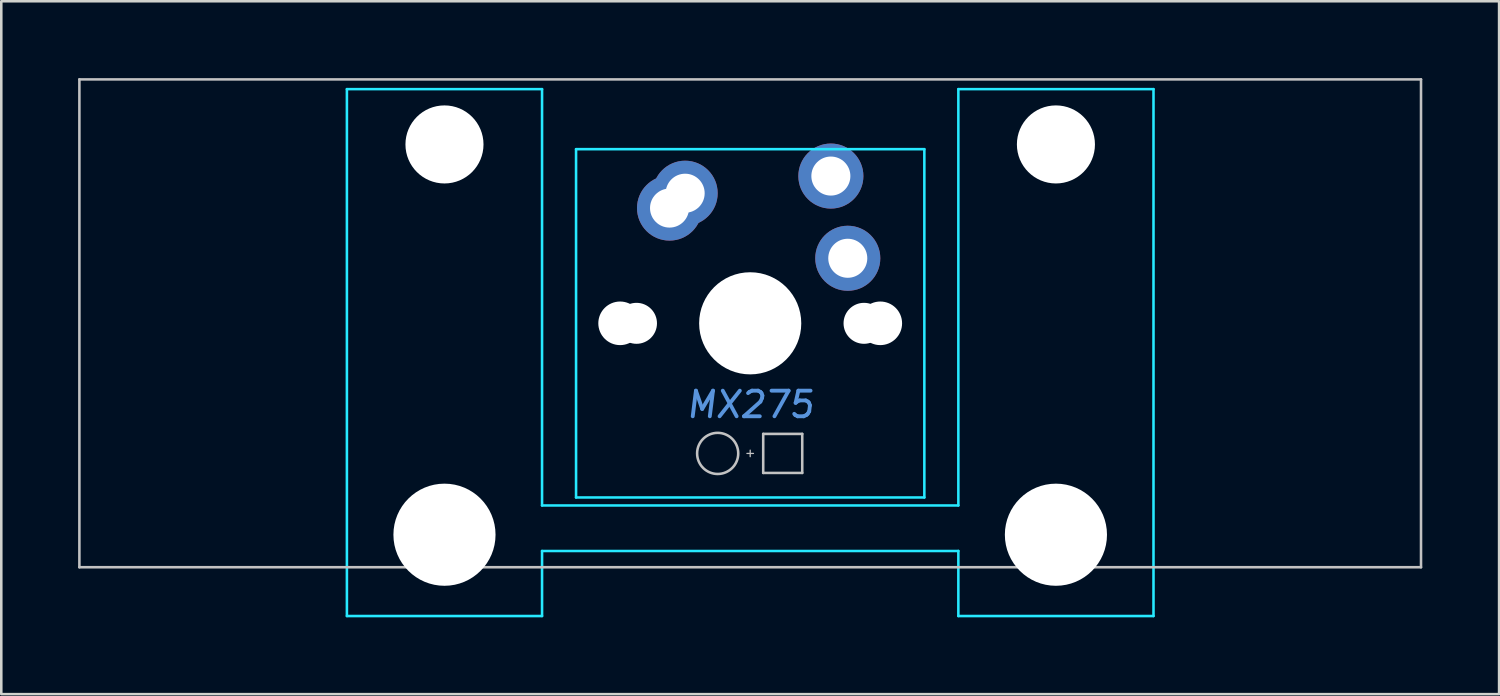
<source format=kicad_pcb>
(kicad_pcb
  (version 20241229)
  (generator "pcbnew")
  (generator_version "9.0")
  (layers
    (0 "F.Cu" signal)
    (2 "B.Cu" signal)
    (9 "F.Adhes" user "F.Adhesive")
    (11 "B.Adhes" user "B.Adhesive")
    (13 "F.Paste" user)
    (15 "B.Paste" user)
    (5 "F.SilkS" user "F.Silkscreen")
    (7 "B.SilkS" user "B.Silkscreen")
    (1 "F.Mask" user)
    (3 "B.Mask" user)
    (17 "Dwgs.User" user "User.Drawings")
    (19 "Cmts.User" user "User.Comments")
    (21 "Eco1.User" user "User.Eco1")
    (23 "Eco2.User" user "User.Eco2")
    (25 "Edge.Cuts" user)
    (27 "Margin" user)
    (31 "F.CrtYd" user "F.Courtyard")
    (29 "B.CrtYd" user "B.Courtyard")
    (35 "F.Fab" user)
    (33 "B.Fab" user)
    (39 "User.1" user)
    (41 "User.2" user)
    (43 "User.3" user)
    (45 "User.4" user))
  (footprint "MX275"
    (layer "F.Cu")
    (at 26.244 9.575)
    (property "Reference" "MX275" (at 0 3.175 0) (layer "Cmts.User") (effects (font (size 1 1) (thickness 0.15) (italic yes))))
    (attr through_hole)
    (fp_line (start -26.194 -9.525) (end -26.194 9.525) (stroke (width 0.1) (type solid)) (layer "Dwgs.User"))
    (fp_line (start -26.194 -9.525) (end 26.194 -9.525) (stroke (width 0.1) (type solid)) (layer "Dwgs.User"))
    (fp_line (start -26.194 9.525) (end 26.194 9.525) (stroke (width 0.1) (type solid)) (layer "Dwgs.User"))
    (fp_line (start -0.127 5.08) (end 0.127 5.08) (stroke (width 0.05) (type solid)) (layer "Dwgs.User"))
    (fp_line (start 0 5.207) (end 0 4.953) (stroke (width 0.05) (type solid)) (layer "Dwgs.User"))
    (fp_line (start 0.508 4.318) (end 0.508 5.842) (stroke (width 0.1) (type solid)) (layer "Dwgs.User"))
    (fp_line (start 0.508 4.318) (end 2.032 4.318) (stroke (width 0.1) (type solid)) (layer "Dwgs.User"))
    (fp_line (start 0.508 5.842) (end 2.032 5.842) (stroke (width 0.1) (type solid)) (layer "Dwgs.User"))
    (fp_line (start 2.032 5.842) (end 2.032 4.318) (stroke (width 0.1) (type solid)) (layer "Dwgs.User"))
    (fp_line (start 26.194 -9.525) (end 26.194 9.525) (stroke (width 0.1) (type solid)) (layer "Dwgs.User"))
    (fp_circle (center -1.27 5.08) (end -0.467 5.08) (stroke (width 0.1) (type solid)) (fill no) (layer "Dwgs.User"))
    (fp_line (start -17.17 -0.889) (end -17.17 -2.921) (stroke (width 0.1) (type solid)) (layer "Eco1.User"))
    (fp_line (start -16.789 -3.302) (end -16.535 -3.302) (stroke (width 0.1) (type solid)) (layer "Eco1.User"))
    (fp_line (start -16.535 -0.508) (end -16.789 -0.508) (stroke (width 0.1) (type solid)) (layer "Eco1.User"))
    (fp_line (start -16.154 -3.683) (end -16.154 -5.309) (stroke (width 0.1) (type solid)) (layer "Eco1.User"))
    (fp_line (start -16.154 6.223) (end -16.154 -0.127) (stroke (width 0.1) (type solid)) (layer "Eco1.User"))
    (fp_line (start -15.773 -5.69) (end -9.881 -5.69) (stroke (width 0.1) (type solid)) (layer "Eco1.User"))
    (fp_line (start -14.732 6.604) (end -15.773 6.604) (stroke (width 0.1) (type solid)) (layer "Eco1.User"))
    (fp_line (start -14.351 7.391) (end -14.351 6.985) (stroke (width 0.1) (type solid)) (layer "Eco1.User"))
    (fp_line (start -11.684 7.772) (end -13.97 7.772) (stroke (width 0.1) (type solid)) (layer "Eco1.User"))
    (fp_line (start -11.303 6.985) (end -11.303 7.391) (stroke (width 0.1) (type solid)) (layer "Eco1.User"))
    (fp_line (start -9.881 6.604) (end -10.922 6.604) (stroke (width 0.1) (type solid)) (layer "Eco1.User"))
    (fp_line (start -9.5 -5.309) (end -9.5 -5.258) (stroke (width 0.1) (type solid)) (layer "Eco1.User"))
    (fp_line (start -9.5 6.198) (end -9.5 6.223) (stroke (width 0.1) (type solid)) (layer "Eco1.User"))
    (fp_line (start -9.119 -4.877) (end -7.366 -4.877) (stroke (width 0.1) (type solid)) (layer "Eco1.User"))
    (fp_line (start -7.366 5.817) (end -9.119 5.817) (stroke (width 0.1) (type solid)) (layer "Eco1.User"))
    (fp_line (start -6.985 -5.258) (end -6.985 -6.604) (stroke (width 0.1) (type solid)) (layer "Eco1.User"))
    (fp_line (start -6.985 6.604) (end -6.985 6.197) (stroke (width 0.1) (type solid)) (layer "Eco1.User"))
    (fp_line (start -6.604 -6.985) (end 6.604 -6.985) (stroke (width 0.1) (type solid)) (layer "Eco1.User"))
    (fp_line (start 0 -2.159) (end 0 2.159) (stroke (width 0.1) (type solid)) (layer "Eco1.User"))
    (fp_line (start 2.159 0) (end -2.159 0) (stroke (width 0.1) (type solid)) (layer "Eco1.User"))
    (fp_line (start 6.604 6.985) (end -6.604 6.985) (stroke (width 0.1) (type solid)) (layer "Eco1.User"))
    (fp_line (start 6.985 -5.258) (end 6.985 -6.604) (stroke (width 0.1) (type solid)) (layer "Eco1.User"))
    (fp_line (start 6.985 6.604) (end 6.985 6.197) (stroke (width 0.1) (type solid)) (layer "Eco1.User"))
    (fp_line (start 7.366 5.817) (end 9.119 5.817) (stroke (width 0.1) (type solid)) (layer "Eco1.User"))
    (fp_line (start 9.119 -4.877) (end 7.366 -4.877) (stroke (width 0.1) (type solid)) (layer "Eco1.User"))
    (fp_line (start 9.5 -5.309) (end 9.5 -5.258) (stroke (width 0.1) (type solid)) (layer "Eco1.User"))
    (fp_line (start 9.5 6.198) (end 9.5 6.223) (stroke (width 0.1) (type solid)) (layer "Eco1.User"))
    (fp_line (start 9.881 6.604) (end 10.922 6.604) (stroke (width 0.1) (type solid)) (layer "Eco1.User"))
    (fp_line (start 11.303 6.985) (end 11.303 7.391) (stroke (width 0.1) (type solid)) (layer "Eco1.User"))
    (fp_line (start 11.684 7.772) (end 13.97 7.772) (stroke (width 0.1) (type solid)) (layer "Eco1.User"))
    (fp_line (start 14.351 7.391) (end 14.351 6.985) (stroke (width 0.1) (type solid)) (layer "Eco1.User"))
    (fp_line (start 14.732 6.604) (end 15.773 6.604) (stroke (width 0.1) (type solid)) (layer "Eco1.User"))
    (fp_line (start 15.773 -5.69) (end 9.881 -5.69) (stroke (width 0.1) (type solid)) (layer "Eco1.User"))
    (fp_line (start 16.154 -3.683) (end 16.154 -5.309) (stroke (width 0.1) (type solid)) (layer "Eco1.User"))
    (fp_line (start 16.154 6.223) (end 16.154 -0.127) (stroke (width 0.1) (type solid)) (layer "Eco1.User"))
    (fp_line (start 16.535 -0.508) (end 16.789 -0.508) (stroke (width 0.1) (type solid)) (layer "Eco1.User"))
    (fp_line (start 16.789 -3.302) (end 16.535 -3.302) (stroke (width 0.1) (type solid)) (layer "Eco1.User"))
    (fp_line (start 17.17 -0.889) (end 17.17 -2.921) (stroke (width 0.1) (type solid)) (layer "Eco1.User"))
    (fp_arc (start -17.1704 -2.921) (mid -17.058808 -3.190408) (end -16.7894 -3.302) (stroke (width 0.1) (type solid)) (layer "Eco1.User"))
    (fp_arc (start -16.7894 -0.508) (mid -17.058808 -0.619592) (end -17.1704 -0.889) (stroke (width 0.1) (type solid)) (layer "Eco1.User"))
    (fp_arc (start -16.5354 -0.508) (mid -16.265992 -0.396408) (end -16.1544 -0.127) (stroke (width 0.1) (type solid)) (layer "Eco1.User"))
    (fp_arc (start -16.1544 -5.3086) (mid -16.042808 -5.578008) (end -15.7734 -5.6896) (stroke (width 0.1) (type solid)) (layer "Eco1.User"))
    (fp_arc (start -16.1544 -3.683) (mid -16.265992 -3.413592) (end -16.5354 -3.302) (stroke (width 0.1) (type solid)) (layer "Eco1.User"))
    (fp_arc (start -15.7734 6.604) (mid -16.042808 6.492408) (end -16.1544 6.223) (stroke (width 0.1) (type solid)) (layer "Eco1.User"))
    (fp_arc (start -14.732 6.604) (mid -14.462592 6.715592) (end -14.351 6.985) (stroke (width 0.1) (type solid)) (layer "Eco1.User"))
    (fp_arc (start -13.97 7.7724) (mid -14.239408 7.660808) (end -14.351 7.3914) (stroke (width 0.1) (type solid)) (layer "Eco1.User"))
    (fp_arc (start -11.303 6.985) (mid -11.191408 6.715592) (end -10.922 6.604) (stroke (width 0.1) (type solid)) (layer "Eco1.User"))
    (fp_arc (start -11.303 7.3914) (mid -11.414592 7.660808) (end -11.684 7.7724) (stroke (width 0.1) (type solid)) (layer "Eco1.User"))
    (fp_arc (start -9.8806 -5.6896) (mid -9.611192 -5.578008) (end -9.4996 -5.3086) (stroke (width 0.1) (type solid)) (layer "Eco1.User"))
    (fp_arc (start -9.4996 6.1976) (mid -9.388008 5.928192) (end -9.1186 5.8166) (stroke (width 0.1) (type solid)) (layer "Eco1.User"))
    (fp_arc (start -9.4996 6.223) (mid -9.611192 6.492408) (end -9.8806 6.604) (stroke (width 0.1) (type solid)) (layer "Eco1.User"))
    (fp_arc (start -9.1186 -4.8768) (mid -9.388008 -4.988392) (end -9.4996 -5.2578) (stroke (width 0.1) (type solid)) (layer "Eco1.User"))
    (fp_arc (start -7.366 5.8166) (mid -7.096592 5.928192) (end -6.985 6.1976) (stroke (width 0.1) (type solid)) (layer "Eco1.User"))
    (fp_arc (start -6.985 -6.604) (mid -6.873408 -6.873408) (end -6.604 -6.985) (stroke (width 0.1) (type solid)) (layer "Eco1.User"))
    (fp_arc (start -6.985 -5.2578) (mid -7.096592 -4.988392) (end -7.366 -4.8768) (stroke (width 0.1) (type solid)) (layer "Eco1.User"))
    (fp_arc (start -6.604 6.985) (mid -6.873408 6.873408) (end -6.985 6.604) (stroke (width 0.1) (type solid)) (layer "Eco1.User"))
    (fp_arc (start 6.604 -6.985) (mid 6.873408 -6.873408) (end 6.985 -6.604) (stroke (width 0.1) (type solid)) (layer "Eco1.User"))
    (fp_arc (start 6.985 6.1976) (mid 7.096592 5.928192) (end 7.366 5.8166) (stroke (width 0.1) (type solid)) (layer "Eco1.User"))
    (fp_arc (start 6.985 6.604) (mid 6.873408 6.873408) (end 6.604 6.985) (stroke (width 0.1) (type solid)) (layer "Eco1.User"))
    (fp_arc (start 7.366 -4.8768) (mid 7.096592 -4.988392) (end 6.985 -5.2578) (stroke (width 0.1) (type solid)) (layer "Eco1.User"))
    (fp_arc (start 9.1186 5.8166) (mid 9.388008 5.928192) (end 9.4996 6.1976) (stroke (width 0.1) (type solid)) (layer "Eco1.User"))
    (fp_arc (start 9.4996 -5.3086) (mid 9.611192 -5.578008) (end 9.8806 -5.6896) (stroke (width 0.1) (type solid)) (layer "Eco1.User"))
    (fp_arc (start 9.4996 -5.2578) (mid 9.388008 -4.988392) (end 9.1186 -4.8768) (stroke (width 0.1) (type solid)) (layer "Eco1.User"))
    (fp_arc (start 9.8806 6.604) (mid 9.611192 6.492408) (end 9.4996 6.223) (stroke (width 0.1) (type solid)) (layer "Eco1.User"))
    (fp_arc (start 10.922 6.604) (mid 11.191408 6.715592) (end 11.303 6.985) (stroke (width 0.1) (type solid)) (layer "Eco1.User"))
    (fp_arc (start 11.684 7.7724) (mid 11.414592 7.660808) (end 11.303 7.3914) (stroke (width 0.1) (type solid)) (layer "Eco1.User"))
    (fp_arc (start 14.351 6.985) (mid 14.462592 6.715592) (end 14.732 6.604) (stroke (width 0.1) (type solid)) (layer "Eco1.User"))
    (fp_arc (start 14.351 7.3914) (mid 14.239408 7.660808) (end 13.97 7.7724) (stroke (width 0.1) (type solid)) (layer "Eco1.User"))
    (fp_arc (start 15.7734 -5.6896) (mid 16.042808 -5.578008) (end 16.1544 -5.3086) (stroke (width 0.1) (type solid)) (layer "Eco1.User"))
    (fp_arc (start 16.1544 -0.127) (mid 16.265992 -0.396408) (end 16.5354 -0.508) (stroke (width 0.1) (type solid)) (layer "Eco1.User"))
    (fp_arc (start 16.1544 6.223) (mid 16.042808 6.492408) (end 15.7734 6.604) (stroke (width 0.1) (type solid)) (layer "Eco1.User"))
    (fp_arc (start 16.5354 -3.302) (mid 16.265992 -3.413592) (end 16.1544 -3.683) (stroke (width 0.1) (type solid)) (layer "Eco1.User"))
    (fp_arc (start 16.7894 -3.302) (mid 17.058808 -3.190408) (end 17.1704 -2.921) (stroke (width 0.1) (type solid)) (layer "Eco1.User"))
    (fp_arc (start 17.1704 -0.889) (mid 17.058808 -0.619592) (end 16.7894 -0.508) (stroke (width 0.1) (type solid)) (layer "Eco1.User"))
    (fp_circle (center 0 0) (end 1.994 0) (stroke (width 0.1) (type solid)) (fill no) (layer "Eco1.User"))
    (fp_line (start -15.748 -9.144) (end -8.128 -9.144) (stroke (width 0.1) (type solid)) (layer "B.CrtYd"))
    (fp_line (start -15.748 11.43) (end -15.748 -9.144) (stroke (width 0.1) (type solid)) (layer "B.CrtYd"))
    (fp_line (start -8.128 -9.144) (end -8.128 7.112) (stroke (width 0.1) (type solid)) (layer "B.CrtYd"))
    (fp_line (start -8.128 7.112) (end 8.128 7.112) (stroke (width 0.1) (type solid)) (layer "B.CrtYd"))
    (fp_line (start -8.128 8.89) (end 8.128 8.89) (stroke (width 0.1) (type solid)) (layer "B.CrtYd"))
    (fp_line (start -8.128 11.43) (end -15.748 11.43) (stroke (width 0.1) (type solid)) (layer "B.CrtYd"))
    (fp_line (start -8.128 11.43) (end -8.128 8.89) (stroke (width 0.1) (type solid)) (layer "B.CrtYd"))
    (fp_line (start -6.8 6.8) (end -6.8 -6.8) (stroke (width 0.1) (type solid)) (layer "B.CrtYd"))
    (fp_line (start 6.8 -6.8) (end -6.8 -6.8) (stroke (width 0.1) (type solid)) (layer "B.CrtYd"))
    (fp_line (start 6.8 6.8) (end -6.8 6.8) (stroke (width 0.1) (type solid)) (layer "B.CrtYd"))
    (fp_line (start 6.8 6.8) (end 6.8 -6.8) (stroke (width 0.1) (type solid)) (layer "B.CrtYd"))
    (fp_line (start 8.128 -9.144) (end 8.128 7.112) (stroke (width 0.1) (type solid)) (layer "B.CrtYd"))
    (fp_line (start 8.128 -9.144) (end 15.748 -9.144) (stroke (width 0.1) (type solid)) (layer "B.CrtYd"))
    (fp_line (start 8.128 11.43) (end 8.128 8.89) (stroke (width 0.1) (type solid)) (layer "B.CrtYd"))
    (fp_line (start 15.748 -9.144) (end 15.748 11.43) (stroke (width 0.1) (type solid)) (layer "B.CrtYd"))
    (fp_line (start 15.748 11.43) (end 8.128 11.43) (stroke (width 0.1) (type solid)) (layer "B.CrtYd"))
    (pad "" np_thru_hole circle (at -11.938 -6.985) (size 3.048 3.048) (drill 3.048) (layers "*.Cu" "*.Mask"))
    (pad "" np_thru_hole circle (at -11.938 8.255) (size 3.988 3.988) (drill 3.988) (layers "*.Cu" "*.Mask"))
    (pad "" np_thru_hole circle (at -5.08 0) (size 1.702 1.702) (drill 1.702) (layers "*.Cu" "*.Mask"))
    (pad "" np_thru_hole circle (at -4.44 0) (size 1.6 1.6) (drill 1.6) (layers "*.Cu" "*.Mask"))
    (pad "" np_thru_hole circle (at 0 0) (size 3.988 3.988) (drill 3.988) (layers "*.Cu" "*.Mask"))
    (pad "" np_thru_hole circle (at 4.445 0) (size 1.6 1.6) (drill 1.6) (layers "*.Cu" "*.Mask"))
    (pad "" np_thru_hole circle (at 5.08 0) (size 1.702 1.702) (drill 1.702) (layers "*.Cu" "*.Mask"))
    (pad "" np_thru_hole circle (at 11.938 -6.985) (size 3.048 3.048) (drill 3.048) (layers "*.Cu" "*.Mask"))
    (pad "" np_thru_hole circle (at 11.938 8.255) (size 3.988 3.988) (drill 3.988) (layers "*.Cu" "*.Mask"))
    (pad "1" thru_hole circle (at -3.15 -4.5) (size 2.54 2.54) (drill 1.524) (layers "*.Cu" "*.Mask"))
    (pad "1" thru_hole circle (at -2.54 -5.08) (size 2.54 2.54) (drill 1.524) (layers "*.Cu" "*.Mask"))
    (pad "2" thru_hole circle (at 3.15 -5.75) (size 2.54 2.54) (drill 1.524) (layers "*.Cu" "*.Mask"))
    (pad "2" thru_hole circle (at 3.81 -2.54) (size 2.54 2.54) (drill 1.524) (layers "*.Cu" "*.Mask")))
  (gr_rect
    (start -3 -3)
    (end 55.487 24.055)
    (stroke (width 0.1) (type default))
    (fill no)
    (layer "Edge.Cuts")))
</source>
